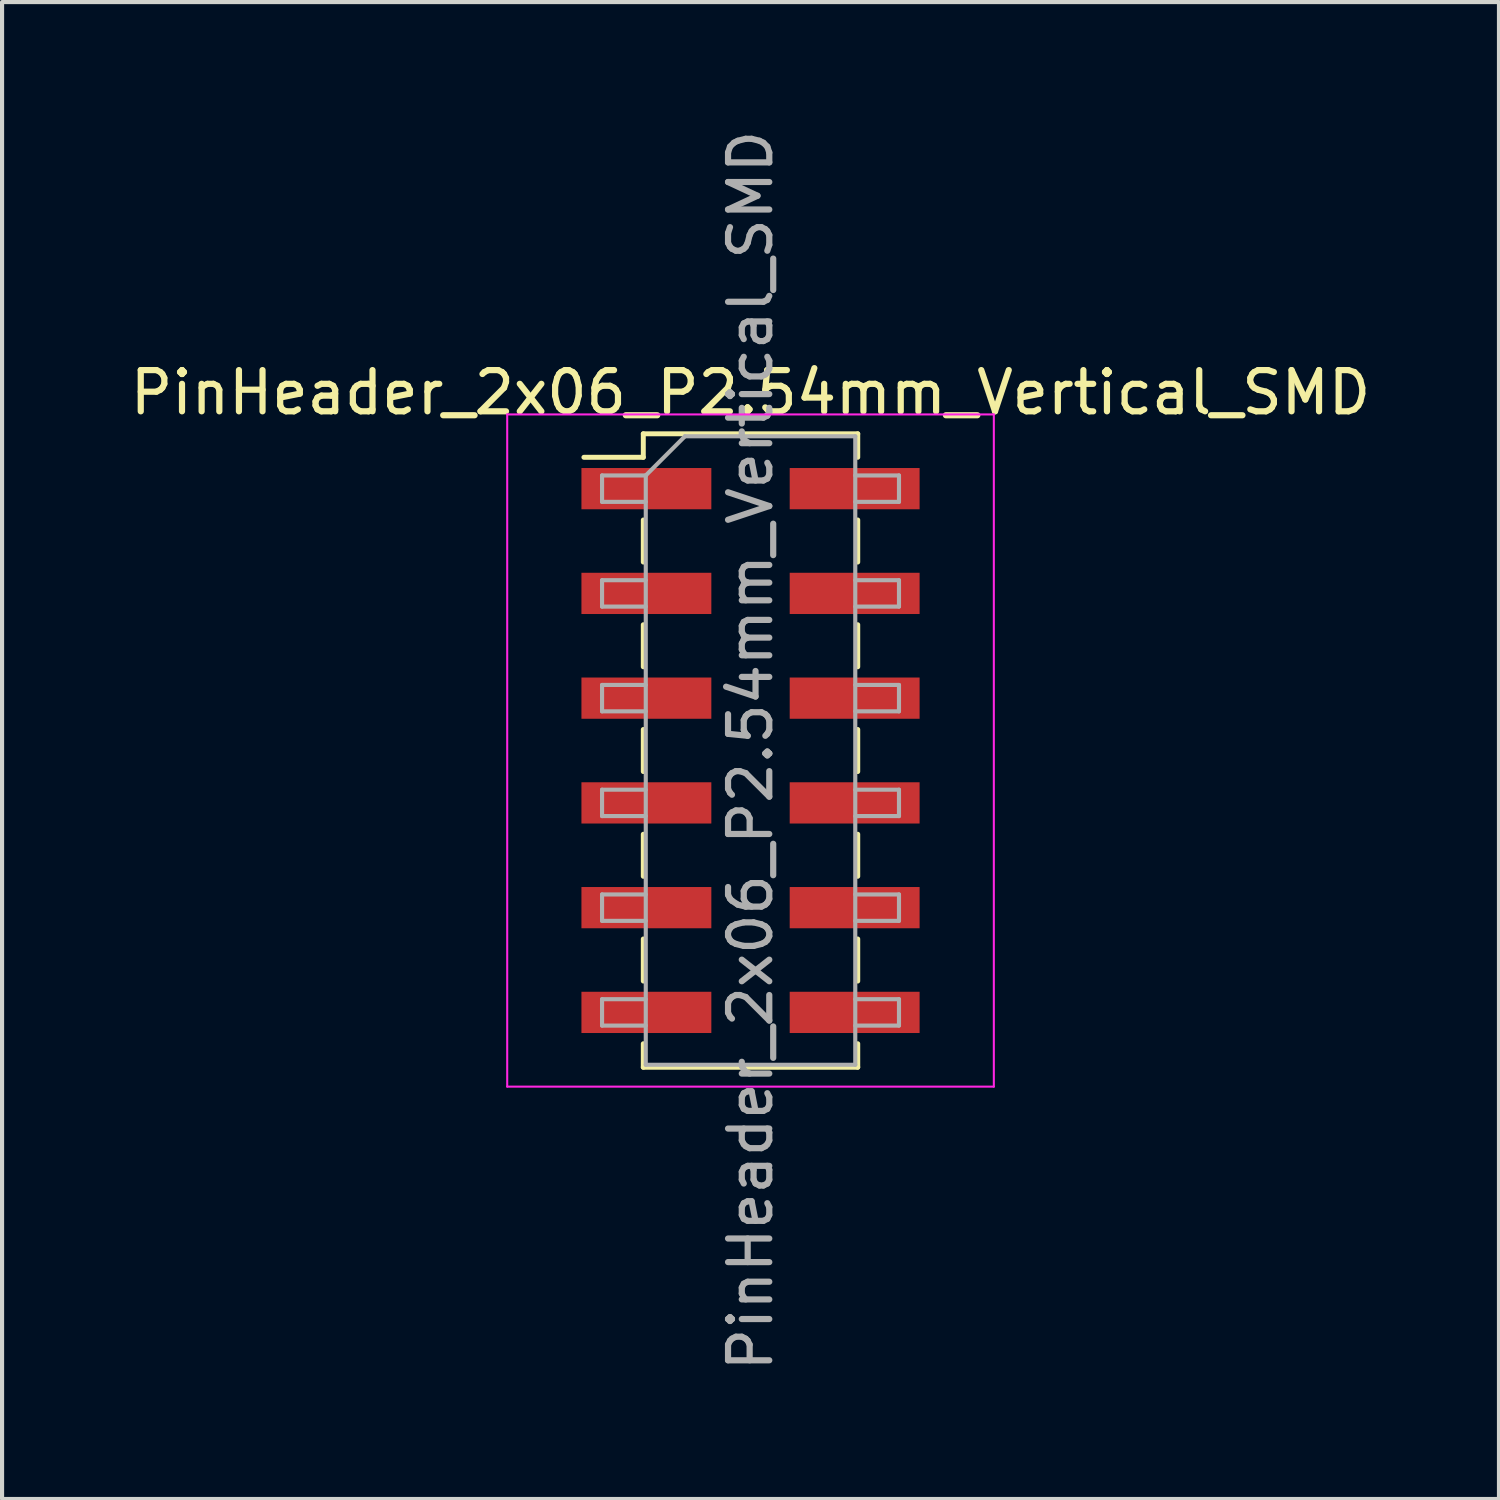
<source format=kicad_pcb>
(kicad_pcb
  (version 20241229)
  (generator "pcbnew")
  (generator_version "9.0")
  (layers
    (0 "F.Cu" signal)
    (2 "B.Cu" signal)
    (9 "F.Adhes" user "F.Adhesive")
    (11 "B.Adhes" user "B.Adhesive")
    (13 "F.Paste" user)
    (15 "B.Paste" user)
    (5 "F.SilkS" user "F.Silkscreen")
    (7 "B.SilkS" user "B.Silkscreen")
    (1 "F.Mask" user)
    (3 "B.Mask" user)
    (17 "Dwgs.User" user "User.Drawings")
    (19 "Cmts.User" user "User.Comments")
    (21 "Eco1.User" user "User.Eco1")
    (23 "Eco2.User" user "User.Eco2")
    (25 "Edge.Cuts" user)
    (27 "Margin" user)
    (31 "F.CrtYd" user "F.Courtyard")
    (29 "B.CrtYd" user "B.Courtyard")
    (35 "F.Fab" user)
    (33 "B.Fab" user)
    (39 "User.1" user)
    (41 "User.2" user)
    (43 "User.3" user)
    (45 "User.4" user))
  (footprint "PinHeader_2x06_P2.54mm_Vertical_SMD"
    (layer "F.Cu")
    (at 15.149 15.149)
    (property "Reference" "PinHeader_2x06_P2.54mm_Vertical_SMD" (at 0 -8.68 0) (layer "F.SilkS") (effects (font (size 1 1) (thickness 0.15))))
    (attr smd)
    (fp_line (start -4.04 -7.11) (end -2.6 -7.11) (stroke (width 0.12) (type solid)) (layer "F.SilkS"))
    (fp_line (start -2.6 -7.68) (end -2.6 -7.11) (stroke (width 0.12) (type solid)) (layer "F.SilkS"))
    (fp_line (start -2.6 -7.68) (end 2.6 -7.68) (stroke (width 0.12) (type solid)) (layer "F.SilkS"))
    (fp_line (start -2.6 -5.59) (end -2.6 -4.57) (stroke (width 0.12) (type solid)) (layer "F.SilkS"))
    (fp_line (start -2.6 -3.05) (end -2.6 -2.03) (stroke (width 0.12) (type solid)) (layer "F.SilkS"))
    (fp_line (start -2.6 -0.51) (end -2.6 0.51) (stroke (width 0.12) (type solid)) (layer "F.SilkS"))
    (fp_line (start -2.6 2.03) (end -2.6 3.05) (stroke (width 0.12) (type solid)) (layer "F.SilkS"))
    (fp_line (start -2.6 4.57) (end -2.6 5.59) (stroke (width 0.12) (type solid)) (layer "F.SilkS"))
    (fp_line (start -2.6 7.11) (end -2.6 7.68) (stroke (width 0.12) (type solid)) (layer "F.SilkS"))
    (fp_line (start -2.6 7.68) (end 2.6 7.68) (stroke (width 0.12) (type solid)) (layer "F.SilkS"))
    (fp_line (start 2.6 -7.68) (end 2.6 -7.11) (stroke (width 0.12) (type solid)) (layer "F.SilkS"))
    (fp_line (start 2.6 -5.59) (end 2.6 -4.57) (stroke (width 0.12) (type solid)) (layer "F.SilkS"))
    (fp_line (start 2.6 -3.05) (end 2.6 -2.03) (stroke (width 0.12) (type solid)) (layer "F.SilkS"))
    (fp_line (start 2.6 -0.51) (end 2.6 0.51) (stroke (width 0.12) (type solid)) (layer "F.SilkS"))
    (fp_line (start 2.6 2.03) (end 2.6 3.05) (stroke (width 0.12) (type solid)) (layer "F.SilkS"))
    (fp_line (start 2.6 4.57) (end 2.6 5.59) (stroke (width 0.12) (type solid)) (layer "F.SilkS"))
    (fp_line (start 2.6 7.11) (end 2.6 7.68) (stroke (width 0.12) (type solid)) (layer "F.SilkS"))
    (fp_line (start -5.9 -8.15) (end -5.9 8.15) (stroke (width 0.05) (type solid)) (layer "F.CrtYd"))
    (fp_line (start -5.9 8.15) (end 5.9 8.15) (stroke (width 0.05) (type solid)) (layer "F.CrtYd"))
    (fp_line (start 5.9 -8.15) (end -5.9 -8.15) (stroke (width 0.05) (type solid)) (layer "F.CrtYd"))
    (fp_line (start 5.9 8.15) (end 5.9 -8.15) (stroke (width 0.05) (type solid)) (layer "F.CrtYd"))
    (fp_line (start -3.6 -6.67) (end -3.6 -6.03) (stroke (width 0.1) (type solid)) (layer "F.Fab"))
    (fp_line (start -3.6 -6.03) (end -2.54 -6.03) (stroke (width 0.1) (type solid)) (layer "F.Fab"))
    (fp_line (start -3.6 -4.13) (end -3.6 -3.49) (stroke (width 0.1) (type solid)) (layer "F.Fab"))
    (fp_line (start -3.6 -3.49) (end -2.54 -3.49) (stroke (width 0.1) (type solid)) (layer "F.Fab"))
    (fp_line (start -3.6 -1.59) (end -3.6 -0.95) (stroke (width 0.1) (type solid)) (layer "F.Fab"))
    (fp_line (start -3.6 -0.95) (end -2.54 -0.95) (stroke (width 0.1) (type solid)) (layer "F.Fab"))
    (fp_line (start -3.6 0.95) (end -3.6 1.59) (stroke (width 0.1) (type solid)) (layer "F.Fab"))
    (fp_line (start -3.6 1.59) (end -2.54 1.59) (stroke (width 0.1) (type solid)) (layer "F.Fab"))
    (fp_line (start -3.6 3.49) (end -3.6 4.13) (stroke (width 0.1) (type solid)) (layer "F.Fab"))
    (fp_line (start -3.6 4.13) (end -2.54 4.13) (stroke (width 0.1) (type solid)) (layer "F.Fab"))
    (fp_line (start -3.6 6.03) (end -3.6 6.67) (stroke (width 0.1) (type solid)) (layer "F.Fab"))
    (fp_line (start -3.6 6.67) (end -2.54 6.67) (stroke (width 0.1) (type solid)) (layer "F.Fab"))
    (fp_line (start -2.54 -6.67) (end -3.6 -6.67) (stroke (width 0.1) (type solid)) (layer "F.Fab"))
    (fp_line (start -2.54 -6.67) (end -1.59 -7.62) (stroke (width 0.1) (type solid)) (layer "F.Fab"))
    (fp_line (start -2.54 -4.13) (end -3.6 -4.13) (stroke (width 0.1) (type solid)) (layer "F.Fab"))
    (fp_line (start -2.54 -1.59) (end -3.6 -1.59) (stroke (width 0.1) (type solid)) (layer "F.Fab"))
    (fp_line (start -2.54 0.95) (end -3.6 0.95) (stroke (width 0.1) (type solid)) (layer "F.Fab"))
    (fp_line (start -2.54 3.49) (end -3.6 3.49) (stroke (width 0.1) (type solid)) (layer "F.Fab"))
    (fp_line (start -2.54 6.03) (end -3.6 6.03) (stroke (width 0.1) (type solid)) (layer "F.Fab"))
    (fp_line (start -2.54 7.62) (end -2.54 -6.67) (stroke (width 0.1) (type solid)) (layer "F.Fab"))
    (fp_line (start -1.59 -7.62) (end 2.54 -7.62) (stroke (width 0.1) (type solid)) (layer "F.Fab"))
    (fp_line (start 2.54 -7.62) (end 2.54 7.62) (stroke (width 0.1) (type solid)) (layer "F.Fab"))
    (fp_line (start 2.54 -6.67) (end 3.6 -6.67) (stroke (width 0.1) (type solid)) (layer "F.Fab"))
    (fp_line (start 2.54 -4.13) (end 3.6 -4.13) (stroke (width 0.1) (type solid)) (layer "F.Fab"))
    (fp_line (start 2.54 -1.59) (end 3.6 -1.59) (stroke (width 0.1) (type solid)) (layer "F.Fab"))
    (fp_line (start 2.54 0.95) (end 3.6 0.95) (stroke (width 0.1) (type solid)) (layer "F.Fab"))
    (fp_line (start 2.54 3.49) (end 3.6 3.49) (stroke (width 0.1) (type solid)) (layer "F.Fab"))
    (fp_line (start 2.54 6.03) (end 3.6 6.03) (stroke (width 0.1) (type solid)) (layer "F.Fab"))
    (fp_line (start 2.54 7.62) (end -2.54 7.62) (stroke (width 0.1) (type solid)) (layer "F.Fab"))
    (fp_line (start 3.6 -6.67) (end 3.6 -6.03) (stroke (width 0.1) (type solid)) (layer "F.Fab"))
    (fp_line (start 3.6 -6.03) (end 2.54 -6.03) (stroke (width 0.1) (type solid)) (layer "F.Fab"))
    (fp_line (start 3.6 -4.13) (end 3.6 -3.49) (stroke (width 0.1) (type solid)) (layer "F.Fab"))
    (fp_line (start 3.6 -3.49) (end 2.54 -3.49) (stroke (width 0.1) (type solid)) (layer "F.Fab"))
    (fp_line (start 3.6 -1.59) (end 3.6 -0.95) (stroke (width 0.1) (type solid)) (layer "F.Fab"))
    (fp_line (start 3.6 -0.95) (end 2.54 -0.95) (stroke (width 0.1) (type solid)) (layer "F.Fab"))
    (fp_line (start 3.6 0.95) (end 3.6 1.59) (stroke (width 0.1) (type solid)) (layer "F.Fab"))
    (fp_line (start 3.6 1.59) (end 2.54 1.59) (stroke (width 0.1) (type solid)) (layer "F.Fab"))
    (fp_line (start 3.6 3.49) (end 3.6 4.13) (stroke (width 0.1) (type solid)) (layer "F.Fab"))
    (fp_line (start 3.6 4.13) (end 2.54 4.13) (stroke (width 0.1) (type solid)) (layer "F.Fab"))
    (fp_line (start 3.6 6.03) (end 3.6 6.67) (stroke (width 0.1) (type solid)) (layer "F.Fab"))
    (fp_line (start 3.6 6.67) (end 2.54 6.67) (stroke (width 0.1) (type solid)) (layer "F.Fab"))
    (fp_text user "${REFERENCE}" (at 0 0 90) (layer "F.Fab") (effects (font (size 1 1) (thickness 0.15))))
    (pad "1" smd rect (at -2.525 -6.35) (size 3.15 1) (layers "F.Cu" "F.Mask" "F.Paste"))
    (pad "2" smd rect (at 2.525 -6.35) (size 3.15 1) (layers "F.Cu" "F.Mask" "F.Paste"))
    (pad "3" smd rect (at -2.525 -3.81) (size 3.15 1) (layers "F.Cu" "F.Mask" "F.Paste"))
    (pad "4" smd rect (at 2.525 -3.81) (size 3.15 1) (layers "F.Cu" "F.Mask" "F.Paste"))
    (pad "5" smd rect (at -2.525 -1.27) (size 3.15 1) (layers "F.Cu" "F.Mask" "F.Paste"))
    (pad "6" smd rect (at 2.525 -1.27) (size 3.15 1) (layers "F.Cu" "F.Mask" "F.Paste"))
    (pad "7" smd rect (at -2.525 1.27) (size 3.15 1) (layers "F.Cu" "F.Mask" "F.Paste"))
    (pad "8" smd rect (at 2.525 1.27) (size 3.15 1) (layers "F.Cu" "F.Mask" "F.Paste"))
    (pad "9" smd rect (at -2.525 3.81) (size 3.15 1) (layers "F.Cu" "F.Mask" "F.Paste"))
    (pad "10" smd rect (at 2.525 3.81) (size 3.15 1) (layers "F.Cu" "F.Mask" "F.Paste"))
    (pad "11" smd rect (at -2.525 6.35) (size 3.15 1) (layers "F.Cu" "F.Mask" "F.Paste"))
    (pad "12" smd rect (at 2.525 6.35) (size 3.15 1) (layers "F.Cu" "F.Mask" "F.Paste")))
  (gr_rect
    (start -3 -3)
    (end 33.298 33.298)
    (stroke (width 0.1) (type default))
    (fill no)
    (layer "Edge.Cuts")))
</source>
